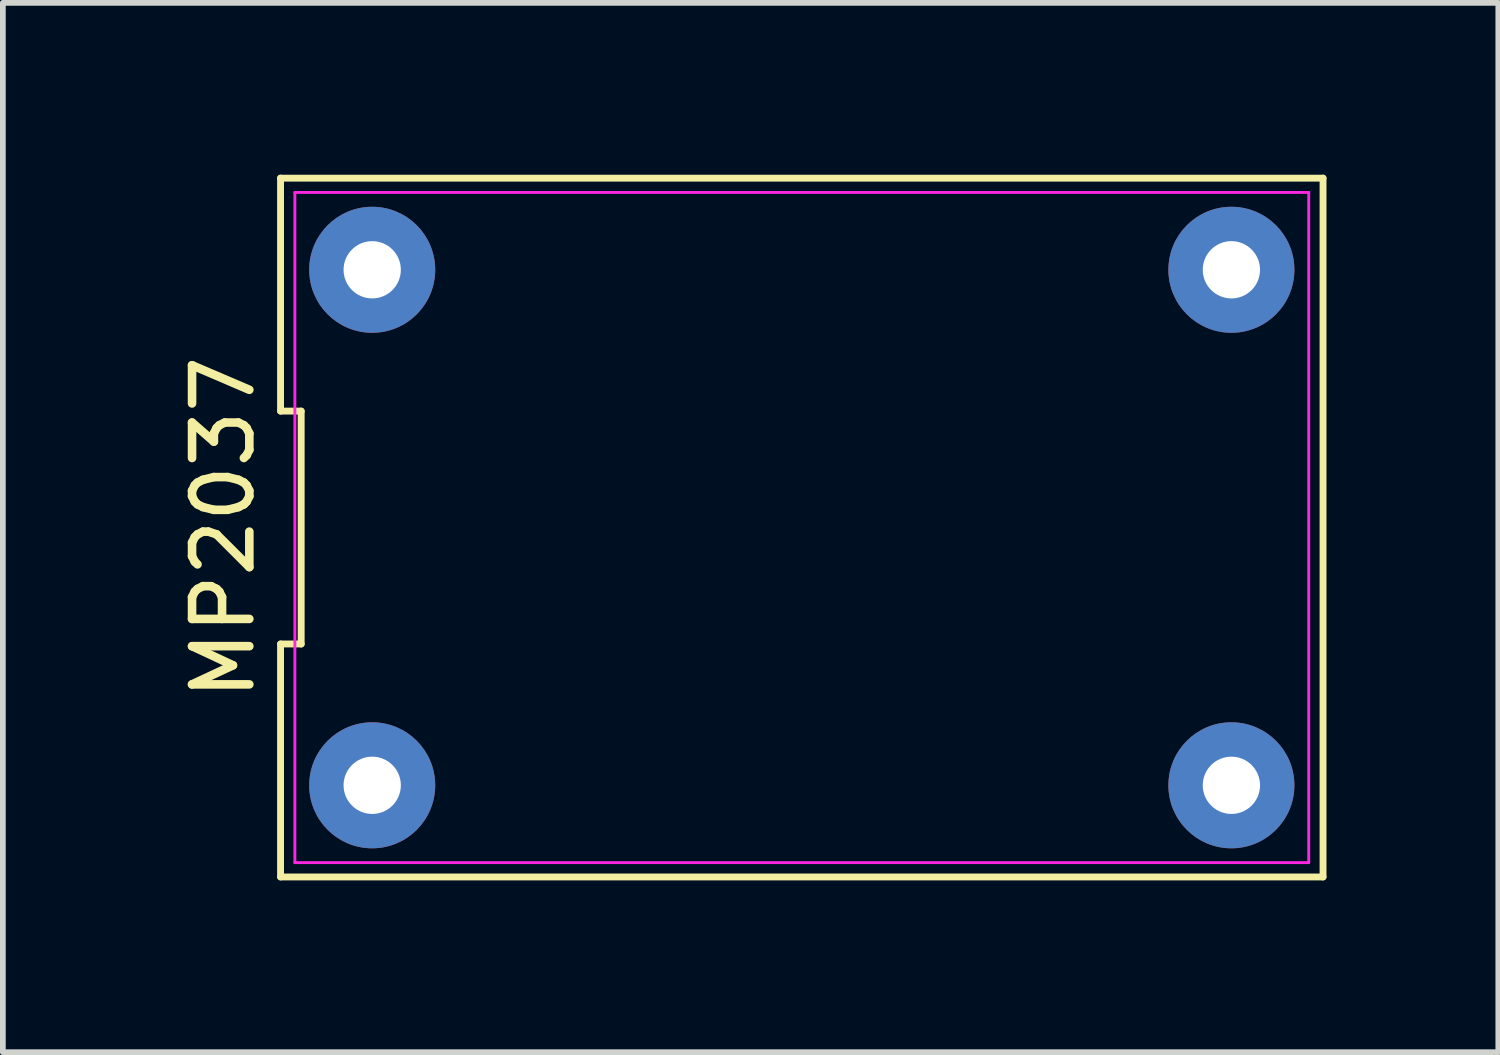
<source format=kicad_pcb>
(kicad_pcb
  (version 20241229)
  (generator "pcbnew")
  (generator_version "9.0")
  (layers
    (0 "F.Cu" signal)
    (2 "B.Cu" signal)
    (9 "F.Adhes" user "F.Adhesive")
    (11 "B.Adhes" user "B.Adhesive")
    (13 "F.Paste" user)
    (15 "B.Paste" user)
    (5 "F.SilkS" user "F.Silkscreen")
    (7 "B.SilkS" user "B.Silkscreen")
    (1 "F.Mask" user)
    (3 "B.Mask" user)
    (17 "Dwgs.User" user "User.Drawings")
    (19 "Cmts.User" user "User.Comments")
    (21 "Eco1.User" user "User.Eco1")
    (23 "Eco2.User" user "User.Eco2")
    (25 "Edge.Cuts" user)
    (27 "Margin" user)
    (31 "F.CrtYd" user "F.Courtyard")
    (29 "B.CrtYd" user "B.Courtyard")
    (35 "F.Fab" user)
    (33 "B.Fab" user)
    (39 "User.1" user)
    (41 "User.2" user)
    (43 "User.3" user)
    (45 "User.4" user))
  (footprint "MP2037"
    (layer "F.Cu")
    (at 10.948 6.16)
    (property "Reference" "MP2037" (at -10.1 0 90) (layer "F.SilkS") (effects (font (size 1 1) (thickness 0.15))))
    (attr through_hole)
    (fp_line (start -9.1 -6.1) (end -9.1 -2.033) (stroke (width 0.12) (type solid)) (layer "F.SilkS"))
    (fp_line (start -9.1 -2.033) (end -8.74 -2.033) (stroke (width 0.12) (type solid)) (layer "F.SilkS"))
    (fp_line (start -9.1 2.033) (end -9.1 6.1) (stroke (width 0.12) (type solid)) (layer "F.SilkS"))
    (fp_line (start -9.1 6.1) (end 9.1 6.1) (stroke (width 0.12) (type solid)) (layer "F.SilkS"))
    (fp_line (start -8.74 -2.033) (end -8.74 2.033) (stroke (width 0.12) (type solid)) (layer "F.SilkS"))
    (fp_line (start -8.74 2.033) (end -9.1 2.033) (stroke (width 0.12) (type solid)) (layer "F.SilkS"))
    (fp_line (start 9.1 -6.1) (end -9.1 -6.1) (stroke (width 0.12) (type solid)) (layer "F.SilkS"))
    (fp_line (start 9.1 6.1) (end 9.1 -6.1) (stroke (width 0.12) (type solid)) (layer "F.SilkS"))
    (fp_line (start -8.85 -5.85) (end 8.85 -5.85) (stroke (width 0.05) (type solid)) (layer "F.CrtYd"))
    (fp_line (start -8.85 5.85) (end -8.85 -5.85) (stroke (width 0.05) (type solid)) (layer "F.CrtYd"))
    (fp_line (start 8.85 -5.85) (end 8.85 5.85) (stroke (width 0.05) (type solid)) (layer "F.CrtYd"))
    (fp_line (start 8.85 5.85) (end -8.85 5.85) (stroke (width 0.05) (type solid)) (layer "F.CrtYd"))
    (pad "IN+" thru_hole circle (at -7.5 4.5) (size 2.2 2.2) (drill 1) (layers "*.Cu" "*.Mask"))
    (pad "IN-" thru_hole circle (at -7.5 -4.5) (size 2.2 2.2) (drill 1) (layers "*.Cu" "*.Mask"))
    (pad "OUT+" thru_hole circle (at 7.5 4.5) (size 2.2 2.2) (drill 1) (layers "*.Cu" "*.Mask"))
    (pad "OUT-" thru_hole circle (at 7.5 -4.5) (size 2.2 2.2) (drill 1) (layers "*.Cu" "*.Mask")))
  (gr_rect
    (start -3 -3)
    (end 23.108 15.32)
    (stroke (width 0.1) (type default))
    (fill no)
    (layer "Edge.Cuts")))
</source>
